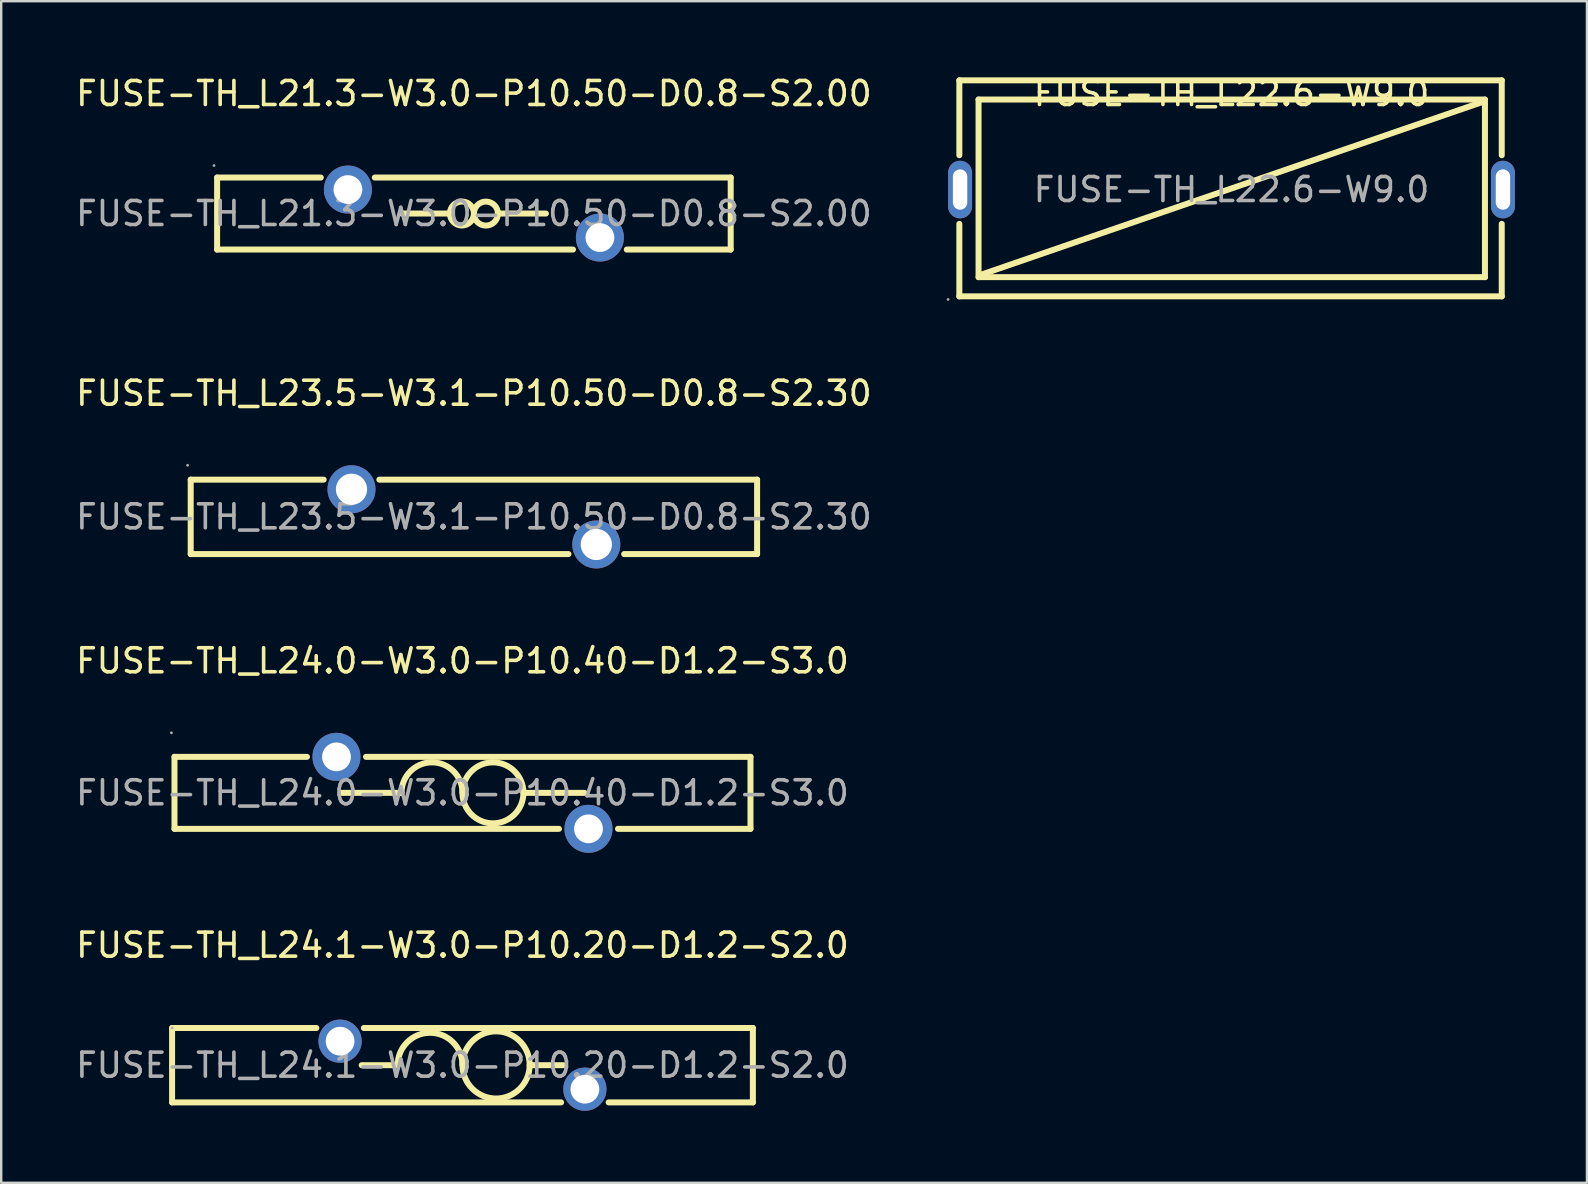
<source format=kicad_pcb>
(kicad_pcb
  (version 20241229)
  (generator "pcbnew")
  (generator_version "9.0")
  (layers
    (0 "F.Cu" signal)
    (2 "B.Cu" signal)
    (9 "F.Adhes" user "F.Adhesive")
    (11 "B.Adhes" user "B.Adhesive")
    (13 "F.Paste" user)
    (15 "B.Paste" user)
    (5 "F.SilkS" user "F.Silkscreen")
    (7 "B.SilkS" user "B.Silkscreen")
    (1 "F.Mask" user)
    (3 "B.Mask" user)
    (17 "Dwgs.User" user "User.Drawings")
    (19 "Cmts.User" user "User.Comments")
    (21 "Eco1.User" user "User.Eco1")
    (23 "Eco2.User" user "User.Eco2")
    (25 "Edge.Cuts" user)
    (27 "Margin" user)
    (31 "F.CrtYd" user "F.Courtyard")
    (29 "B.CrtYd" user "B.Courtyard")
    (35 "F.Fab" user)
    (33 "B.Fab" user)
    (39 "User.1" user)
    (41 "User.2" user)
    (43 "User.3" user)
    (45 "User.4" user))
  (footprint "FUSE-TH_L22.6-W9.0"
    (layer "F.Cu")
    (at 48.263 4.848)
    (property "Reference" "FUSE-TH_L22.6-W9.0" (at 0 -4 0) (layer "F.SilkS") (effects (font (size 1 1) (thickness 0.15))))
    (attr through_hole)
    (fp_line (start -11.34 -4.55) (end -11.34 -1.43) (stroke (width 0.25) (type solid)) (layer "F.SilkS"))
    (fp_line (start -11.34 -4.55) (end 11.26 -4.55) (stroke (width 0.25) (type solid)) (layer "F.SilkS"))
    (fp_line (start -11.34 1.43) (end -11.34 4.45) (stroke (width 0.25) (type solid)) (layer "F.SilkS"))
    (fp_line (start -10.54 -3.75) (end 10.56 -3.75) (stroke (width 0.25) (type solid)) (layer "F.SilkS"))
    (fp_line (start -10.54 3.65) (end -10.54 -3.75) (stroke (width 0.25) (type solid)) (layer "F.SilkS"))
    (fp_line (start 10.46 -3.65) (end -10.44 3.55) (stroke (width 0.25) (type solid)) (layer "F.SilkS"))
    (fp_line (start 10.56 -3.75) (end 10.56 3.65) (stroke (width 0.25) (type solid)) (layer "F.SilkS"))
    (fp_line (start 10.56 3.65) (end -10.54 3.65) (stroke (width 0.25) (type solid)) (layer "F.SilkS"))
    (fp_line (start 11.26 -1.43) (end 11.26 -4.55) (stroke (width 0.25) (type solid)) (layer "F.SilkS"))
    (fp_line (start 11.26 4.45) (end -11.34 4.45) (stroke (width 0.25) (type solid)) (layer "F.SilkS"))
    (fp_line (start 11.26 4.45) (end 11.26 1.43) (stroke (width 0.25) (type solid)) (layer "F.SilkS"))
    (fp_circle (center -11.81 4.58) (end -11.78 4.58) (stroke (width 0.06) (type solid)) (fill no) (layer "F.Fab"))
    (fp_text user "${REFERENCE}" (at 0 0 0) (layer "F.Fab") (effects (font (size 1 1) (thickness 0.15))))
    (pad "1" thru_hole oval (at -11.31 0) (size 1 2.4) (drill oval 0.6 1.68) (layers "*.Cu" "*.Paste" "*.Mask"))
    (pad "2" thru_hole oval (at 11.31 0) (size 1 2.4) (drill oval 0.6 1.68) (layers "*.Cu" "*.Paste" "*.Mask")))
  (footprint "FUSE-TH_L21.3-W3.0-P10.50-D0.8-S2.00"
    (layer "F.Cu")
    (at 16.696 5.848)
    (property "Reference" "FUSE-TH_L21.3-W3.0-P10.50-D0.8-S2.00" (at 0 -5 0) (layer "F.SilkS") (effects (font (size 1 1) (thickness 0.15))))
    (attr through_hole)
    (fp_line (start -10.7 -1.5) (end -6.38 -1.5) (stroke (width 0.25) (type solid)) (layer "F.SilkS"))
    (fp_line (start -10.7 1.5) (end -10.7 -1.5) (stroke (width 0.25) (type solid)) (layer "F.SilkS"))
    (fp_line (start -10.7 1.5) (end 4.13 1.5) (stroke (width 0.25) (type solid)) (layer "F.SilkS"))
    (fp_line (start -4.13 -1.5) (end 10.7 -1.5) (stroke (width 0.25) (type solid)) (layer "F.SilkS"))
    (fp_line (start -1 0) (end -3 0) (stroke (width 0.25) (type solid)) (layer "F.SilkS"))
    (fp_line (start 1 0) (end 3 0) (stroke (width 0.25) (type solid)) (layer "F.SilkS"))
    (fp_line (start 6.37 1.5) (end 10.7 1.5) (stroke (width 0.25) (type solid)) (layer "F.SilkS"))
    (fp_line (start 10.7 -1.5) (end 10.7 1.5) (stroke (width 0.25) (type solid)) (layer "F.SilkS"))
    (fp_arc (start -0.000076 0.008726) (mid -0.999981 -0.004363) (end 0 0) (stroke (width 0.25) (type solid)) (layer "F.SilkS"))
    (fp_arc (start 0.000076 -0.008726) (mid 0.999981 0.004363) (end 0 0) (stroke (width 0.25) (type solid)) (layer "F.SilkS"))
    (fp_circle (center -10.83 -2) (end -10.8 -2) (stroke (width 0.06) (type solid)) (fill no) (layer "F.Fab"))
    (fp_circle (center -5.25 -1) (end -5 -1) (stroke (width 0.5) (type solid)) (fill no) (layer "F.Fab"))
    (fp_circle (center 5.25 1) (end 5.5 1) (stroke (width 0.5) (type solid)) (fill no) (layer "F.Fab"))
    (fp_text user "${REFERENCE}" (at 0 0 0) (layer "F.Fab") (effects (font (size 1 1) (thickness 0.15))))
    (pad "1" thru_hole circle (at -5.25 -1) (size 2 2) (drill 1.2) (layers "*.Cu" "*.Paste" "*.Mask"))
    (pad "2" thru_hole circle (at 5.25 1) (size 2 2) (drill 1.2) (layers "*.Cu" "*.Paste" "*.Mask")))
  (footprint "FUSE-TH_L24.1-W3.0-P10.20-D1.2-S2.0"
    (layer "F.Cu")
    (at 16.22 41.333)
    (property "Reference" "FUSE-TH_L24.1-W3.0-P10.20-D1.2-S2.0" (at 0 -5 0) (layer "F.SilkS") (effects (font (size 1 1) (thickness 0.15))))
    (attr through_hole)
    (fp_line (start -12.1 -1.55) (end -6.09 -1.55) (stroke (width 0.25) (type solid)) (layer "F.SilkS"))
    (fp_line (start -12.1 1.55) (end -12.1 -1.55) (stroke (width 0.25) (type solid)) (layer "F.SilkS"))
    (fp_line (start -4.11 -1.55) (end 12.1 -1.55) (stroke (width 0.25) (type solid)) (layer "F.SilkS"))
    (fp_line (start -2.7 0) (end -4.2 0) (stroke (width 0.25) (type solid)) (layer "F.SilkS"))
    (fp_line (start 2.8 0) (end 4.2 0) (stroke (width 0.25) (type solid)) (layer "F.SilkS"))
    (fp_line (start 4.11 1.55) (end -12.1 1.55) (stroke (width 0.25) (type solid)) (layer "F.SilkS"))
    (fp_line (start 12.1 -1.55) (end 12.1 1.55) (stroke (width 0.25) (type solid)) (layer "F.SilkS"))
    (fp_line (start 12.1 1.55) (end 6.09 1.55) (stroke (width 0.25) (type solid)) (layer "F.SilkS"))
    (fp_arc (start -2.7 0) (mid -1.35 -1.35) (end 0 0) (stroke (width 0.25) (type solid)) (layer "F.SilkS"))
    (fp_arc (start 0.000213 -0.034433) (mid 2.799947 0.002217) (end 0 -0.01) (stroke (width 0.25) (type solid)) (layer "F.SilkS"))
    (fp_circle (center -12.1 -1.55) (end -12.07 -1.55) (stroke (width 0.06) (type solid)) (fill no) (layer "F.Fab"))
    (fp_circle (center -5.1 -1) (end -4.9 -1) (stroke (width 0.4) (type solid)) (fill no) (layer "F.Fab"))
    (fp_circle (center 5.1 1) (end 5.3 1) (stroke (width 0.4) (type solid)) (fill no) (layer "F.Fab"))
    (fp_text user "${REFERENCE}" (at 0 0 0) (layer "F.Fab") (effects (font (size 1 1) (thickness 0.15))))
    (pad "1" thru_hole circle (at -5.1 -1) (size 1.8 1.8) (drill 1.2) (layers "*.Cu" "*.Paste" "*.Mask"))
    (pad "2" thru_hole circle (at 5.1 1) (size 1.8 1.8) (drill 1.2) (layers "*.Cu" "*.Paste" "*.Mask")))
  (footprint "FUSE-TH_L23.5-W3.1-P10.50-D0.8-S2.30"
    (layer "F.Cu")
    (at 16.696 18.486)
    (property "Reference" "FUSE-TH_L23.5-W3.1-P10.50-D0.8-S2.30" (at 0 -5.15 0) (layer "F.SilkS") (effects (font (size 1 1) (thickness 0.15))))
    (attr through_hole)
    (fp_line (start -11.8 -1.55) (end -6.26 -1.55) (stroke (width 0.25) (type solid)) (layer "F.SilkS"))
    (fp_line (start -11.8 1.55) (end -11.8 -1.55) (stroke (width 0.25) (type solid)) (layer "F.SilkS"))
    (fp_line (start -11.8 1.55) (end 3.94 1.55) (stroke (width 0.25) (type solid)) (layer "F.SilkS"))
    (fp_line (start -3.94 -1.55) (end 11.8 -1.55) (stroke (width 0.25) (type solid)) (layer "F.SilkS"))
    (fp_line (start 6.26 1.55) (end 11.8 1.55) (stroke (width 0.25) (type solid)) (layer "F.SilkS"))
    (fp_line (start 11.8 -1.55) (end 11.8 1.55) (stroke (width 0.25) (type solid)) (layer "F.SilkS"))
    (fp_circle (center -11.93 -2.15) (end -11.9 -2.15) (stroke (width 0.06) (type solid)) (fill no) (layer "F.Fab"))
    (fp_circle (center -5.1 -1.15) (end -4.82 -1.15) (stroke (width 0.55) (type solid)) (fill no) (layer "F.Fab"))
    (fp_circle (center 5.1 1.15) (end 5.38 1.15) (stroke (width 0.55) (type solid)) (fill no) (layer "F.Fab"))
    (fp_text user "${REFERENCE}" (at 0 0 0) (layer "F.Fab") (effects (font (size 1 1) (thickness 0.15))))
    (pad "1" thru_hole circle (at -5.1 -1.15) (size 2 2) (drill 1.3) (layers "*.Cu" "*.Paste" "*.Mask"))
    (pad "2" thru_hole circle (at 5.1 1.15) (size 2 2) (drill 1.3) (layers "*.Cu" "*.Paste" "*.Mask")))
  (footprint "FUSE-TH_L24.0-W3.0-P10.40-D1.2-S3.0"
    (layer "F.Cu")
    (at 16.22 29.985)
    (property "Reference" "FUSE-TH_L24.0-W3.0-P10.40-D1.2-S3.0" (at 0 -5.5 0) (layer "F.SilkS") (effects (font (size 1 1) (thickness 0.15))))
    (attr through_hole)
    (fp_line (start -12 -1.5) (end -12 1.5) (stroke (width 0.25) (type solid)) (layer "F.SilkS"))
    (fp_line (start -12 1.5) (end 4.02 1.5) (stroke (width 0.25) (type solid)) (layer "F.SilkS"))
    (fp_line (start -6.48 -1.5) (end -12 -1.5) (stroke (width 0.25) (type solid)) (layer "F.SilkS"))
    (fp_line (start -2.54 0) (end -5.08 0) (stroke (width 0.25) (type solid)) (layer "F.SilkS"))
    (fp_line (start 2.54 0) (end 5.08 0) (stroke (width 0.25) (type solid)) (layer "F.SilkS"))
    (fp_line (start 6.48 1.5) (end 12 1.5) (stroke (width 0.25) (type solid)) (layer "F.SilkS"))
    (fp_line (start 12 -1.5) (end -4.02 -1.5) (stroke (width 0.25) (type solid)) (layer "F.SilkS"))
    (fp_line (start 12 1.5) (end 12 -1.5) (stroke (width 0.25) (type solid)) (layer "F.SilkS"))
    (fp_arc (start -2.54 0) (mid -1.27 -1.27) (end 0 0) (stroke (width 0.25) (type solid)) (layer "F.SilkS"))
    (fp_arc (start 0.000193 -0.022165) (mid 2.539952 0.011083) (end 0 0) (stroke (width 0.25) (type solid)) (layer "F.SilkS"))
    (fp_circle (center -12.13 -2.5) (end -12.1 -2.5) (stroke (width 0.06) (type solid)) (fill no) (layer "F.Fab"))
    (fp_circle (center -5.25 -1.5) (end -5 -1.5) (stroke (width 0.5) (type solid)) (fill no) (layer "F.Fab"))
    (fp_circle (center 5.25 1.5) (end 5.5 1.5) (stroke (width 0.5) (type solid)) (fill no) (layer "F.Fab"))
    (fp_text user "${REFERENCE}" (at 0 0 0) (layer "F.Fab") (effects (font (size 1 1) (thickness 0.15))))
    (pad "1" thru_hole circle (at -5.25 -1.5) (size 2 2) (drill 1.2) (layers "*.Cu" "*.Paste" "*.Mask"))
    (pad "2" thru_hole circle (at 5.25 1.5) (size 2 2) (drill 1.2) (layers "*.Cu" "*.Paste" "*.Mask")))
  (gr_rect
    (start -3 -3)
    (end 63.073 46.233)
    (stroke (width 0.1) (type default))
    (fill no)
    (layer "Edge.Cuts")))
</source>
